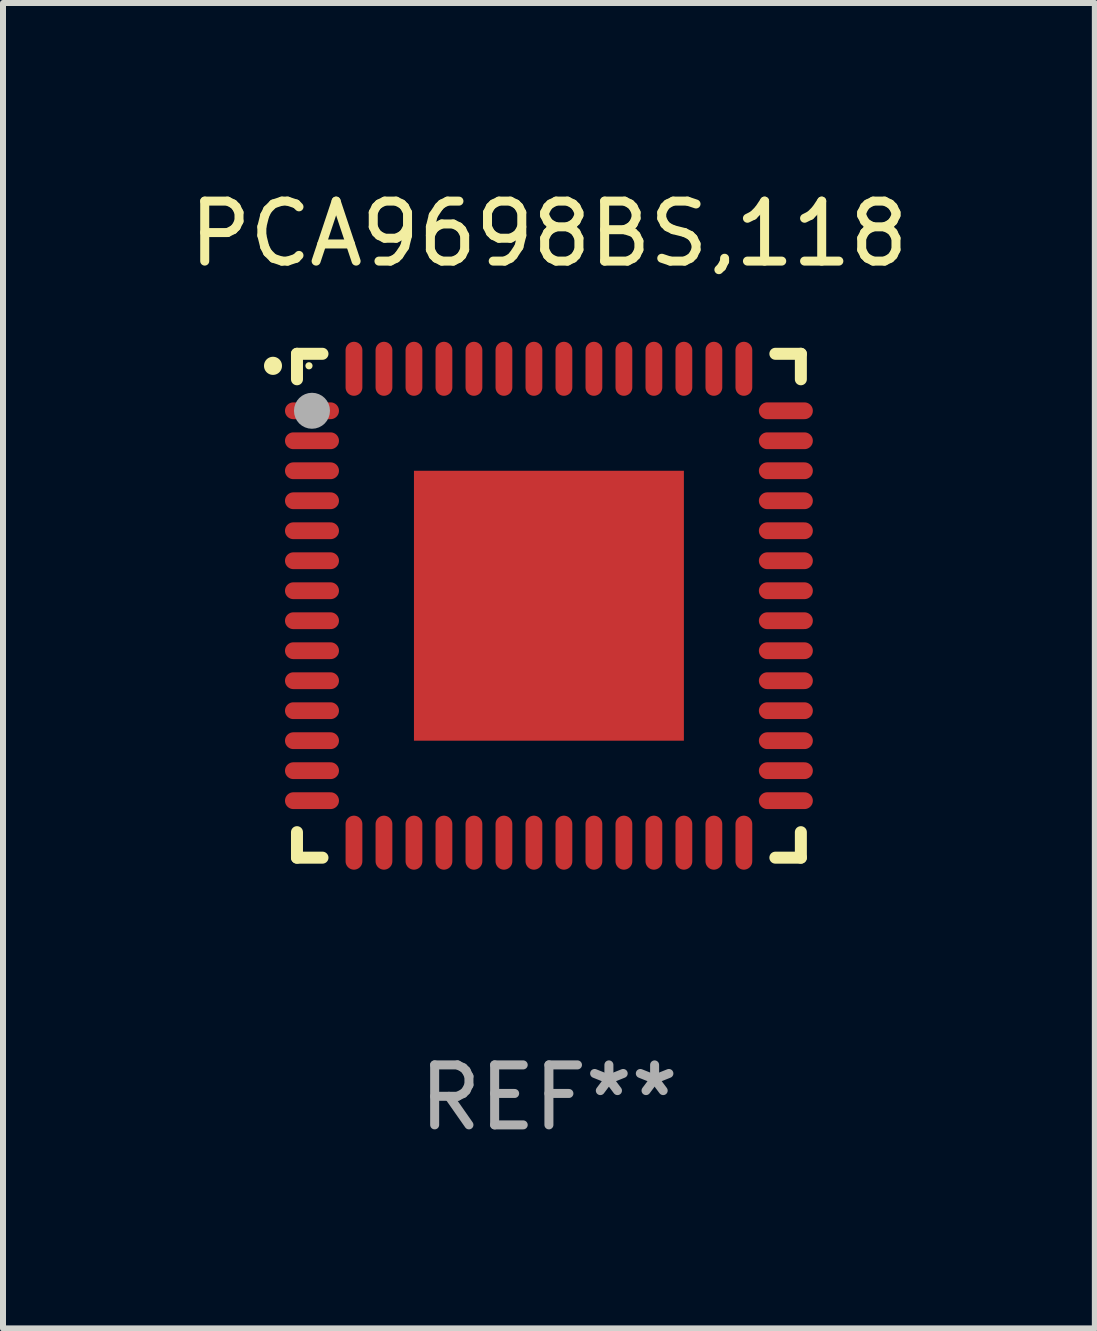
<source format=kicad_pcb>
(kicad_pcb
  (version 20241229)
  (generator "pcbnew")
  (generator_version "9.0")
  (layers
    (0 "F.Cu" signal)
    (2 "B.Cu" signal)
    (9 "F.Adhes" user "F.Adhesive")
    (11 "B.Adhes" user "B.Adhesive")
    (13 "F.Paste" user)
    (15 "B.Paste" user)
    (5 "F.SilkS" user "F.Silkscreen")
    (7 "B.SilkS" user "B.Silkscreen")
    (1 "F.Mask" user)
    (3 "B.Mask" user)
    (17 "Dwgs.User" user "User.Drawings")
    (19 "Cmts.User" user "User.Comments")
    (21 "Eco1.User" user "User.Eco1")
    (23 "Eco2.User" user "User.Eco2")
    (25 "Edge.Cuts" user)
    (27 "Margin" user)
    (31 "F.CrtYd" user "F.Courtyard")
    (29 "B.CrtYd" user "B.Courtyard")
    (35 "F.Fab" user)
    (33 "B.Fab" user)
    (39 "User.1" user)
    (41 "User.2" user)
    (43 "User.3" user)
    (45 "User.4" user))
  (footprint "PCA9698BS,118"
    (layer "F.Cu")
    (at 6.101 7.048)
    (property "Reference" "PCA9698BS,118" (at 0 -6.2 0) (layer "F.SilkS") (effects (font (size 1 1) (thickness 0.15))))
    (attr through_hole)
    (fp_line (start -4.2 -4.2) (end -3.775 -4.2) (stroke (width 0.2) (type solid)) (layer "F.SilkS"))
    (fp_line (start -4.2 -3.775) (end -4.2 -4.2) (stroke (width 0.2) (type solid)) (layer "F.SilkS"))
    (fp_line (start -4.2 3.775) (end -4.2 4.2) (stroke (width 0.2) (type solid)) (layer "F.SilkS"))
    (fp_line (start -4.2 4.2) (end -3.775 4.2) (stroke (width 0.2) (type solid)) (layer "F.SilkS"))
    (fp_line (start 3.775 4.2) (end 4.2 4.2) (stroke (width 0.2) (type solid)) (layer "F.SilkS"))
    (fp_line (start 4.2 -4.2) (end 3.775 -4.2) (stroke (width 0.2) (type solid)) (layer "F.SilkS"))
    (fp_line (start 4.2 -3.775) (end 4.2 -4.2) (stroke (width 0.2) (type solid)) (layer "F.SilkS"))
    (fp_line (start 4.2 4.2) (end 4.2 3.775) (stroke (width 0.2) (type solid)) (layer "F.SilkS"))
    (fp_arc (start -4.599949 -3.997968) (mid -4.599954 -3.999238) (end -4.599949 -4.000508) (stroke (width 0.3) (type solid)) (layer "F.SilkS"))
    (fp_circle (center -4 -4) (end -3.97 -4) (stroke (width 0.06) (type solid)) (fill no) (layer "F.SilkS"))
    (fp_circle (center -3.95 -3.25) (end -3.8 -3.25) (stroke (width 0.3) (type solid)) (fill no) (layer "F.Fab"))
    (fp_text user "REF**" (at 0 8.2 0) (layer "F.Fab") (effects (font (size 1 1) (thickness 0.15))))
    (pad "1" smd oval (at -3.95 -3.25 90) (size 0.28 0.9) (layers "F.Cu" "F.Mask" "F.Paste"))
    (pad "2" smd oval (at -3.95 -2.75 90) (size 0.28 0.9) (layers "F.Cu" "F.Mask" "F.Paste"))
    (pad "3" smd oval (at -3.95 -2.25 90) (size 0.28 0.9) (layers "F.Cu" "F.Mask" "F.Paste"))
    (pad "4" smd oval (at -3.95 -1.75 90) (size 0.28 0.9) (layers "F.Cu" "F.Mask" "F.Paste"))
    (pad "5" smd oval (at -3.95 -1.25 90) (size 0.28 0.9) (layers "F.Cu" "F.Mask" "F.Paste"))
    (pad "6" smd oval (at -3.95 -0.75 90) (size 0.28 0.9) (layers "F.Cu" "F.Mask" "F.Paste"))
    (pad "7" smd oval (at -3.95 -0.25 90) (size 0.28 0.9) (layers "F.Cu" "F.Mask" "F.Paste"))
    (pad "8" smd oval (at -3.95 0.25 90) (size 0.28 0.9) (layers "F.Cu" "F.Mask" "F.Paste"))
    (pad "9" smd oval (at -3.95 0.75 90) (size 0.28 0.9) (layers "F.Cu" "F.Mask" "F.Paste"))
    (pad "10" smd oval (at -3.95 1.25 90) (size 0.28 0.9) (layers "F.Cu" "F.Mask" "F.Paste"))
    (pad "11" smd oval (at -3.95 1.75 90) (size 0.28 0.9) (layers "F.Cu" "F.Mask" "F.Paste"))
    (pad "12" smd oval (at -3.95 2.25 90) (size 0.28 0.9) (layers "F.Cu" "F.Mask" "F.Paste"))
    (pad "13" smd oval (at -3.95 2.75 90) (size 0.28 0.9) (layers "F.Cu" "F.Mask" "F.Paste"))
    (pad "14" smd oval (at -3.95 3.25 90) (size 0.28 0.9) (layers "F.Cu" "F.Mask" "F.Paste"))
    (pad "15" smd oval (at -3.25 3.95) (size 0.28 0.9) (layers "F.Cu" "F.Mask" "F.Paste"))
    (pad "16" smd oval (at -2.75 3.95) (size 0.28 0.9) (layers "F.Cu" "F.Mask" "F.Paste"))
    (pad "17" smd oval (at -2.25 3.95) (size 0.28 0.9) (layers "F.Cu" "F.Mask" "F.Paste"))
    (pad "18" smd oval (at -1.75 3.95) (size 0.28 0.9) (layers "F.Cu" "F.Mask" "F.Paste"))
    (pad "19" smd oval (at -1.25 3.95) (size 0.28 0.9) (layers "F.Cu" "F.Mask" "F.Paste"))
    (pad "20" smd oval (at -0.75 3.95) (size 0.28 0.9) (layers "F.Cu" "F.Mask" "F.Paste"))
    (pad "21" smd oval (at -0.25 3.95) (size 0.28 0.9) (layers "F.Cu" "F.Mask" "F.Paste"))
    (pad "22" smd oval (at 0.25 3.95) (size 0.28 0.9) (layers "F.Cu" "F.Mask" "F.Paste"))
    (pad "23" smd oval (at 0.75 3.95) (size 0.28 0.9) (layers "F.Cu" "F.Mask" "F.Paste"))
    (pad "24" smd oval (at 1.25 3.95) (size 0.28 0.9) (layers "F.Cu" "F.Mask" "F.Paste"))
    (pad "25" smd oval (at 1.75 3.95) (size 0.28 0.9) (layers "F.Cu" "F.Mask" "F.Paste"))
    (pad "26" smd oval (at 2.25 3.95) (size 0.28 0.9) (layers "F.Cu" "F.Mask" "F.Paste"))
    (pad "27" smd oval (at 2.75 3.95) (size 0.28 0.9) (layers "F.Cu" "F.Mask" "F.Paste"))
    (pad "28" smd oval (at 3.25 3.95) (size 0.28 0.9) (layers "F.Cu" "F.Mask" "F.Paste"))
    (pad "29" smd oval (at 3.95 3.25 90) (size 0.28 0.9) (layers "F.Cu" "F.Mask" "F.Paste"))
    (pad "30" smd oval (at 3.95 2.75 90) (size 0.28 0.9) (layers "F.Cu" "F.Mask" "F.Paste"))
    (pad "31" smd oval (at 3.95 2.25 90) (size 0.28 0.9) (layers "F.Cu" "F.Mask" "F.Paste"))
    (pad "32" smd oval (at 3.95 1.75 90) (size 0.28 0.9) (layers "F.Cu" "F.Mask" "F.Paste"))
    (pad "33" smd oval (at 3.95 1.25 90) (size 0.28 0.9) (layers "F.Cu" "F.Mask" "F.Paste"))
    (pad "34" smd oval (at 3.95 0.75 90) (size 0.28 0.9) (layers "F.Cu" "F.Mask" "F.Paste"))
    (pad "35" smd oval (at 3.95 0.25 90) (size 0.28 0.9) (layers "F.Cu" "F.Mask" "F.Paste"))
    (pad "36" smd oval (at 3.95 -0.25 90) (size 0.28 0.9) (layers "F.Cu" "F.Mask" "F.Paste"))
    (pad "37" smd oval (at 3.95 -0.75 90) (size 0.28 0.9) (layers "F.Cu" "F.Mask" "F.Paste"))
    (pad "38" smd oval (at 3.95 -1.25 90) (size 0.28 0.9) (layers "F.Cu" "F.Mask" "F.Paste"))
    (pad "39" smd oval (at 3.95 -1.75 90) (size 0.28 0.9) (layers "F.Cu" "F.Mask" "F.Paste"))
    (pad "40" smd oval (at 3.95 -2.25 90) (size 0.28 0.9) (layers "F.Cu" "F.Mask" "F.Paste"))
    (pad "41" smd oval (at 3.95 -2.75 90) (size 0.28 0.9) (layers "F.Cu" "F.Mask" "F.Paste"))
    (pad "42" smd oval (at 3.95 -3.25 90) (size 0.28 0.9) (layers "F.Cu" "F.Mask" "F.Paste"))
    (pad "43" smd oval (at 3.25 -3.95) (size 0.28 0.9) (layers "F.Cu" "F.Mask" "F.Paste"))
    (pad "44" smd oval (at 2.75 -3.95) (size 0.28 0.9) (layers "F.Cu" "F.Mask" "F.Paste"))
    (pad "45" smd oval (at 2.25 -3.95) (size 0.28 0.9) (layers "F.Cu" "F.Mask" "F.Paste"))
    (pad "46" smd oval (at 1.75 -3.95) (size 0.28 0.9) (layers "F.Cu" "F.Mask" "F.Paste"))
    (pad "47" smd oval (at 1.25 -3.95) (size 0.28 0.9) (layers "F.Cu" "F.Mask" "F.Paste"))
    (pad "48" smd oval (at 0.75 -3.95) (size 0.28 0.9) (layers "F.Cu" "F.Mask" "F.Paste"))
    (pad "49" smd oval (at 0.25 -3.95) (size 0.28 0.9) (layers "F.Cu" "F.Mask" "F.Paste"))
    (pad "50" smd oval (at -0.25 -3.95) (size 0.28 0.9) (layers "F.Cu" "F.Mask" "F.Paste"))
    (pad "51" smd oval (at -0.75 -3.95) (size 0.28 0.9) (layers "F.Cu" "F.Mask" "F.Paste"))
    (pad "52" smd oval (at -1.25 -3.95) (size 0.28 0.9) (layers "F.Cu" "F.Mask" "F.Paste"))
    (pad "53" smd oval (at -1.75 -3.95) (size 0.28 0.9) (layers "F.Cu" "F.Mask" "F.Paste"))
    (pad "54" smd oval (at -2.25 -3.95) (size 0.28 0.9) (layers "F.Cu" "F.Mask" "F.Paste"))
    (pad "55" smd oval (at -2.75 -3.95) (size 0.28 0.9) (layers "F.Cu" "F.Mask" "F.Paste"))
    (pad "56" smd oval (at -3.25 -3.95) (size 0.28 0.9) (layers "F.Cu" "F.Mask" "F.Paste"))
    (pad "57" smd rect (at 0 0.000051) (size 4.5 4.5) (layers "F.Cu" "F.Mask" "F.Paste")))
  (gr_rect
    (start -3 -3)
    (end 15.202 19.096)
    (stroke (width 0.1) (type default))
    (fill no)
    (layer "Edge.Cuts")))
</source>
